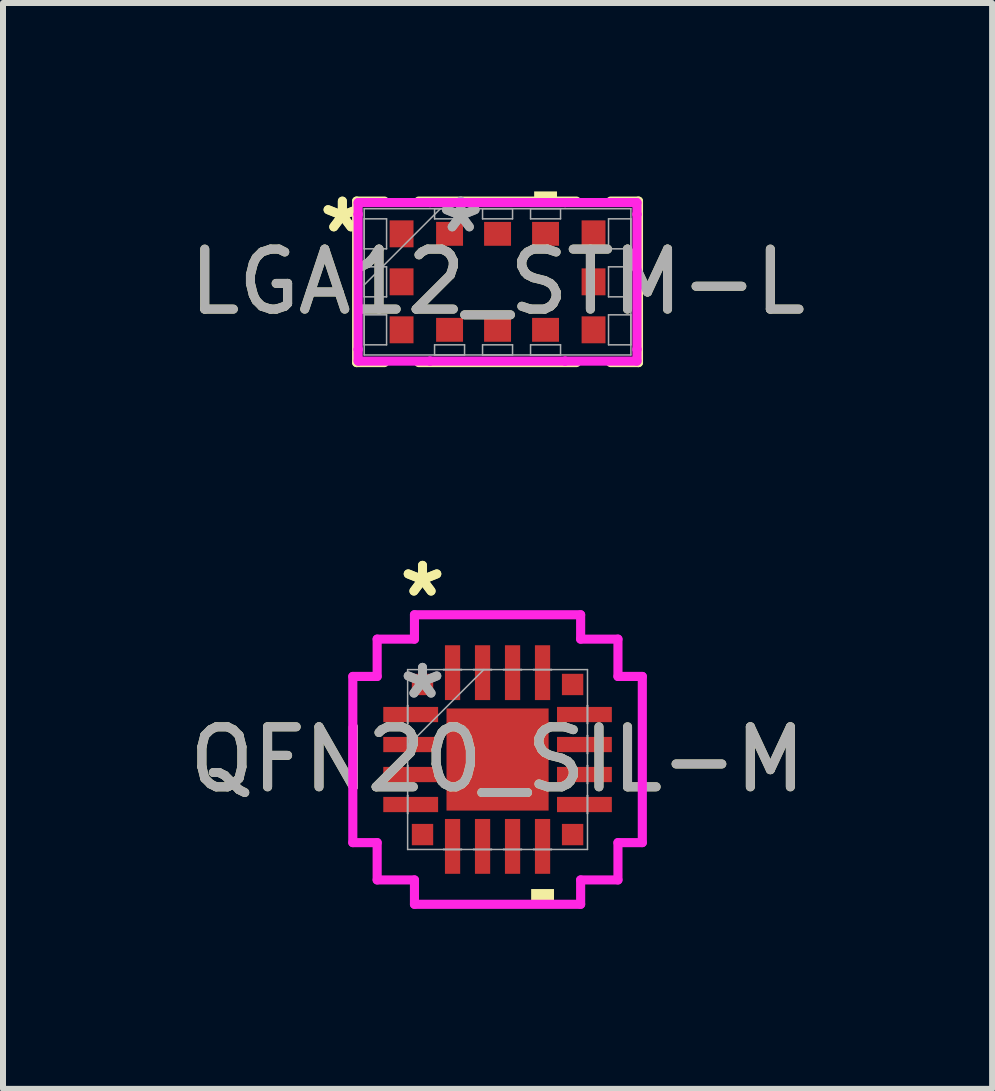
<source format=kicad_pcb>
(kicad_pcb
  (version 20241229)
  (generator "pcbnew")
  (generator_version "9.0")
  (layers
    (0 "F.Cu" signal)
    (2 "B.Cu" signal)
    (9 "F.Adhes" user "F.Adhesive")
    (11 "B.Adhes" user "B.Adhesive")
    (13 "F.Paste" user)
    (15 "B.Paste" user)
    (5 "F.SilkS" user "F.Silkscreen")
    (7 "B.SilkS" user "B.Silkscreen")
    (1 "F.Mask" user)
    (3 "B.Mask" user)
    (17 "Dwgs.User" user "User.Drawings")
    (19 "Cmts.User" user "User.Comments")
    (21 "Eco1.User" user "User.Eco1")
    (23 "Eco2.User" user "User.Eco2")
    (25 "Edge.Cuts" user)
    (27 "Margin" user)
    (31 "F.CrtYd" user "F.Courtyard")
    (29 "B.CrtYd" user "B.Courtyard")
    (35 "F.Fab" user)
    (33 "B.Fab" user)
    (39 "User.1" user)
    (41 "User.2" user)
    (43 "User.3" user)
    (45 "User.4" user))
  (footprint "QFN20_SIL-M"
    (layer "F.Cu")
    (at 5.244 9.611)
    (property "Reference" "QFN20_SIL-M" (at 0 0 0) (unlocked yes) (layer "F.SilkS") (effects (font (size 1 1) (thickness 0.15))))
    (attr smd)
    (fp_poly (pts (xy 0.56 2.159) (xy 0.56 2.413) (xy 0.941 2.413) (xy 0.941 2.159)) (stroke (width 0) (type solid)) (fill yes) (layer "F.SilkS"))
    (fp_line (start -2.413 -1.385) (end -2.007 -1.385) (stroke (width 0.152) (type solid)) (layer "F.CrtYd"))
    (fp_line (start -2.413 1.385) (end -2.413 -1.385) (stroke (width 0.152) (type solid)) (layer "F.CrtYd"))
    (fp_line (start -2.413 1.385) (end -2.007 1.385) (stroke (width 0.152) (type solid)) (layer "F.CrtYd"))
    (fp_line (start -2.007 -2.007) (end -1.385 -2.007) (stroke (width 0.152) (type solid)) (layer "F.CrtYd"))
    (fp_line (start -2.007 -1.385) (end -2.007 -2.007) (stroke (width 0.152) (type solid)) (layer "F.CrtYd"))
    (fp_line (start -2.007 2.007) (end -2.007 1.385) (stroke (width 0.152) (type solid)) (layer "F.CrtYd"))
    (fp_line (start -1.385 -2.413) (end 1.385 -2.413) (stroke (width 0.152) (type solid)) (layer "F.CrtYd"))
    (fp_line (start -1.385 -2.007) (end -1.385 -2.413) (stroke (width 0.152) (type solid)) (layer "F.CrtYd"))
    (fp_line (start -1.385 2.007) (end -2.007 2.007) (stroke (width 0.152) (type solid)) (layer "F.CrtYd"))
    (fp_line (start -1.385 2.413) (end -1.385 2.007) (stroke (width 0.152) (type solid)) (layer "F.CrtYd"))
    (fp_line (start 1.385 -2.413) (end 1.385 -2.007) (stroke (width 0.152) (type solid)) (layer "F.CrtYd"))
    (fp_line (start 1.385 -2.007) (end 2.007 -2.007) (stroke (width 0.152) (type solid)) (layer "F.CrtYd"))
    (fp_line (start 1.385 2.007) (end 1.385 2.413) (stroke (width 0.152) (type solid)) (layer "F.CrtYd"))
    (fp_line (start 1.385 2.413) (end -1.385 2.413) (stroke (width 0.152) (type solid)) (layer "F.CrtYd"))
    (fp_line (start 2.007 -2.007) (end 2.007 -1.385) (stroke (width 0.152) (type solid)) (layer "F.CrtYd"))
    (fp_line (start 2.007 -1.385) (end 2.413 -1.385) (stroke (width 0.152) (type solid)) (layer "F.CrtYd"))
    (fp_line (start 2.007 1.385) (end 2.007 2.007) (stroke (width 0.152) (type solid)) (layer "F.CrtYd"))
    (fp_line (start 2.007 2.007) (end 1.385 2.007) (stroke (width 0.152) (type solid)) (layer "F.CrtYd"))
    (fp_line (start 2.413 -1.385) (end 2.413 1.385) (stroke (width 0.152) (type solid)) (layer "F.CrtYd"))
    (fp_line (start 2.413 1.385) (end 2.007 1.385) (stroke (width 0.152) (type solid)) (layer "F.CrtYd"))
    (fp_line (start -1.499 -1.499) (end -1.499 1.499) (stroke (width 0.025) (type solid)) (layer "F.Fab"))
    (fp_line (start -1.499 -0.902) (end -1.499 -0.902) (stroke (width 0.025) (type solid)) (layer "F.Fab"))
    (fp_line (start -1.499 -0.902) (end -1.499 -0.598) (stroke (width 0.025) (type solid)) (layer "F.Fab"))
    (fp_line (start -1.499 -0.598) (end -1.499 -0.902) (stroke (width 0.025) (type solid)) (layer "F.Fab"))
    (fp_line (start -1.499 -0.598) (end -1.499 -0.598) (stroke (width 0.025) (type solid)) (layer "F.Fab"))
    (fp_line (start -1.499 -0.402) (end -1.499 -0.402) (stroke (width 0.025) (type solid)) (layer "F.Fab"))
    (fp_line (start -1.499 -0.402) (end -1.499 -0.098) (stroke (width 0.025) (type solid)) (layer "F.Fab"))
    (fp_line (start -1.499 -0.229) (end -0.229 -1.499) (stroke (width 0.025) (type solid)) (layer "F.Fab"))
    (fp_line (start -1.499 -0.098) (end -1.499 -0.402) (stroke (width 0.025) (type solid)) (layer "F.Fab"))
    (fp_line (start -1.499 -0.098) (end -1.499 -0.098) (stroke (width 0.025) (type solid)) (layer "F.Fab"))
    (fp_line (start -1.499 0.098) (end -1.499 0.098) (stroke (width 0.025) (type solid)) (layer "F.Fab"))
    (fp_line (start -1.499 0.098) (end -1.499 0.402) (stroke (width 0.025) (type solid)) (layer "F.Fab"))
    (fp_line (start -1.499 0.402) (end -1.499 0.098) (stroke (width 0.025) (type solid)) (layer "F.Fab"))
    (fp_line (start -1.499 0.402) (end -1.499 0.402) (stroke (width 0.025) (type solid)) (layer "F.Fab"))
    (fp_line (start -1.499 0.598) (end -1.499 0.598) (stroke (width 0.025) (type solid)) (layer "F.Fab"))
    (fp_line (start -1.499 0.598) (end -1.499 0.902) (stroke (width 0.025) (type solid)) (layer "F.Fab"))
    (fp_line (start -1.499 0.902) (end -1.499 0.598) (stroke (width 0.025) (type solid)) (layer "F.Fab"))
    (fp_line (start -1.499 0.902) (end -1.499 0.902) (stroke (width 0.025) (type solid)) (layer "F.Fab"))
    (fp_line (start -1.499 1.499) (end 1.499 1.499) (stroke (width 0.025) (type solid)) (layer "F.Fab"))
    (fp_line (start -0.902 -1.499) (end -0.902 -1.499) (stroke (width 0.025) (type solid)) (layer "F.Fab"))
    (fp_line (start -0.902 -1.499) (end -0.598 -1.499) (stroke (width 0.025) (type solid)) (layer "F.Fab"))
    (fp_line (start -0.902 1.499) (end -0.902 1.499) (stroke (width 0.025) (type solid)) (layer "F.Fab"))
    (fp_line (start -0.902 1.499) (end -0.598 1.499) (stroke (width 0.025) (type solid)) (layer "F.Fab"))
    (fp_line (start -0.598 -1.499) (end -0.902 -1.499) (stroke (width 0.025) (type solid)) (layer "F.Fab"))
    (fp_line (start -0.598 -1.499) (end -0.598 -1.499) (stroke (width 0.025) (type solid)) (layer "F.Fab"))
    (fp_line (start -0.598 1.499) (end -0.902 1.499) (stroke (width 0.025) (type solid)) (layer "F.Fab"))
    (fp_line (start -0.598 1.499) (end -0.598 1.499) (stroke (width 0.025) (type solid)) (layer "F.Fab"))
    (fp_line (start -0.402 -1.499) (end -0.402 -1.499) (stroke (width 0.025) (type solid)) (layer "F.Fab"))
    (fp_line (start -0.402 -1.499) (end -0.098 -1.499) (stroke (width 0.025) (type solid)) (layer "F.Fab"))
    (fp_line (start -0.402 1.499) (end -0.402 1.499) (stroke (width 0.025) (type solid)) (layer "F.Fab"))
    (fp_line (start -0.402 1.499) (end -0.098 1.499) (stroke (width 0.025) (type solid)) (layer "F.Fab"))
    (fp_line (start -0.098 -1.499) (end -0.402 -1.499) (stroke (width 0.025) (type solid)) (layer "F.Fab"))
    (fp_line (start -0.098 -1.499) (end -0.098 -1.499) (stroke (width 0.025) (type solid)) (layer "F.Fab"))
    (fp_line (start -0.098 1.499) (end -0.402 1.499) (stroke (width 0.025) (type solid)) (layer "F.Fab"))
    (fp_line (start -0.098 1.499) (end -0.098 1.499) (stroke (width 0.025) (type solid)) (layer "F.Fab"))
    (fp_line (start 0.098 -1.499) (end 0.098 -1.499) (stroke (width 0.025) (type solid)) (layer "F.Fab"))
    (fp_line (start 0.098 -1.499) (end 0.402 -1.499) (stroke (width 0.025) (type solid)) (layer "F.Fab"))
    (fp_line (start 0.098 1.499) (end 0.098 1.499) (stroke (width 0.025) (type solid)) (layer "F.Fab"))
    (fp_line (start 0.098 1.499) (end 0.402 1.499) (stroke (width 0.025) (type solid)) (layer "F.Fab"))
    (fp_line (start 0.402 -1.499) (end 0.098 -1.499) (stroke (width 0.025) (type solid)) (layer "F.Fab"))
    (fp_line (start 0.402 -1.499) (end 0.402 -1.499) (stroke (width 0.025) (type solid)) (layer "F.Fab"))
    (fp_line (start 0.402 1.499) (end 0.098 1.499) (stroke (width 0.025) (type solid)) (layer "F.Fab"))
    (fp_line (start 0.402 1.499) (end 0.402 1.499) (stroke (width 0.025) (type solid)) (layer "F.Fab"))
    (fp_line (start 0.598 -1.499) (end 0.598 -1.499) (stroke (width 0.025) (type solid)) (layer "F.Fab"))
    (fp_line (start 0.598 -1.499) (end 0.902 -1.499) (stroke (width 0.025) (type solid)) (layer "F.Fab"))
    (fp_line (start 0.598 1.499) (end 0.598 1.499) (stroke (width 0.025) (type solid)) (layer "F.Fab"))
    (fp_line (start 0.598 1.499) (end 0.902 1.499) (stroke (width 0.025) (type solid)) (layer "F.Fab"))
    (fp_line (start 0.902 -1.499) (end 0.598 -1.499) (stroke (width 0.025) (type solid)) (layer "F.Fab"))
    (fp_line (start 0.902 -1.499) (end 0.902 -1.499) (stroke (width 0.025) (type solid)) (layer "F.Fab"))
    (fp_line (start 0.902 1.499) (end 0.598 1.499) (stroke (width 0.025) (type solid)) (layer "F.Fab"))
    (fp_line (start 0.902 1.499) (end 0.902 1.499) (stroke (width 0.025) (type solid)) (layer "F.Fab"))
    (fp_line (start 1.499 -1.499) (end -1.499 -1.499) (stroke (width 0.025) (type solid)) (layer "F.Fab"))
    (fp_line (start 1.499 -0.902) (end 1.499 -0.902) (stroke (width 0.025) (type solid)) (layer "F.Fab"))
    (fp_line (start 1.499 -0.902) (end 1.499 -0.598) (stroke (width 0.025) (type solid)) (layer "F.Fab"))
    (fp_line (start 1.499 -0.598) (end 1.499 -0.902) (stroke (width 0.025) (type solid)) (layer "F.Fab"))
    (fp_line (start 1.499 -0.598) (end 1.499 -0.598) (stroke (width 0.025) (type solid)) (layer "F.Fab"))
    (fp_line (start 1.499 -0.402) (end 1.499 -0.402) (stroke (width 0.025) (type solid)) (layer "F.Fab"))
    (fp_line (start 1.499 -0.402) (end 1.499 -0.098) (stroke (width 0.025) (type solid)) (layer "F.Fab"))
    (fp_line (start 1.499 -0.098) (end 1.499 -0.402) (stroke (width 0.025) (type solid)) (layer "F.Fab"))
    (fp_line (start 1.499 -0.098) (end 1.499 -0.098) (stroke (width 0.025) (type solid)) (layer "F.Fab"))
    (fp_line (start 1.499 0.098) (end 1.499 0.098) (stroke (width 0.025) (type solid)) (layer "F.Fab"))
    (fp_line (start 1.499 0.098) (end 1.499 0.402) (stroke (width 0.025) (type solid)) (layer "F.Fab"))
    (fp_line (start 1.499 0.402) (end 1.499 0.098) (stroke (width 0.025) (type solid)) (layer "F.Fab"))
    (fp_line (start 1.499 0.402) (end 1.499 0.402) (stroke (width 0.025) (type solid)) (layer "F.Fab"))
    (fp_line (start 1.499 0.598) (end 1.499 0.598) (stroke (width 0.025) (type solid)) (layer "F.Fab"))
    (fp_line (start 1.499 0.598) (end 1.499 0.902) (stroke (width 0.025) (type solid)) (layer "F.Fab"))
    (fp_line (start 1.499 0.902) (end 1.499 0.598) (stroke (width 0.025) (type solid)) (layer "F.Fab"))
    (fp_line (start 1.499 0.902) (end 1.499 0.902) (stroke (width 0.025) (type solid)) (layer "F.Fab"))
    (fp_line (start 1.499 1.499) (end 1.499 -1.499) (stroke (width 0.025) (type solid)) (layer "F.Fab"))
    (fp_text user "*" (at -1.251 -2.692 0) (unlocked yes) (layer "F.SilkS") (effects (font (size 1 1) (thickness 0.15))))
    (fp_text user "*" (at -1.251 -2.692 0) (layer "F.SilkS") (effects (font (size 1 1) (thickness 0.15))))
    (fp_text user "*" (at -1.251 -0.991 0) (layer "F.Fab") (effects (font (size 1 1) (thickness 0.15))))
    (fp_text user "${REFERENCE}" (at 0 0 0) (unlocked yes) (layer "F.Fab") (effects (font (size 1 1) (thickness 0.15))))
    (fp_text user "*" (at -1.251 -0.991 0) (unlocked yes) (layer "F.Fab") (effects (font (size 1 1) (thickness 0.15))))
    (pad "1" smd rect (at -1.251 -1.251) (size 0.356 0.356) (layers "F.Cu" "F.Mask" "F.Paste"))
    (pad "2" smd rect (at -1.448 -0.75 90) (size 0.254 0.914) (layers "F.Cu" "F.Mask" "F.Paste"))
    (pad "3" smd rect (at -1.448 -0.25 90) (size 0.254 0.914) (layers "F.Cu" "F.Mask" "F.Paste"))
    (pad "4" smd rect (at -1.448 0.25 90) (size 0.254 0.914) (layers "F.Cu" "F.Mask" "F.Paste"))
    (pad "5" smd rect (at -1.448 0.75 90) (size 0.254 0.914) (layers "F.Cu" "F.Mask" "F.Paste"))
    (pad "6" smd rect (at -1.251 1.251) (size 0.356 0.356) (layers "F.Cu" "F.Mask" "F.Paste"))
    (pad "7" smd rect (at -0.75 1.448) (size 0.254 0.914) (layers "F.Cu" "F.Mask" "F.Paste"))
    (pad "8" smd rect (at -0.25 1.448) (size 0.254 0.914) (layers "F.Cu" "F.Mask" "F.Paste"))
    (pad "9" smd rect (at 0.25 1.448) (size 0.254 0.914) (layers "F.Cu" "F.Mask" "F.Paste"))
    (pad "10" smd rect (at 0.75 1.448) (size 0.254 0.914) (layers "F.Cu" "F.Mask" "F.Paste"))
    (pad "11" smd rect (at 1.251 1.251) (size 0.356 0.356) (layers "F.Cu" "F.Mask" "F.Paste"))
    (pad "12" smd rect (at 1.448 0.75 90) (size 0.254 0.914) (layers "F.Cu" "F.Mask" "F.Paste"))
    (pad "13" smd rect (at 1.448 0.25 90) (size 0.254 0.914) (layers "F.Cu" "F.Mask" "F.Paste"))
    (pad "14" smd rect (at 1.448 -0.25 90) (size 0.254 0.914) (layers "F.Cu" "F.Mask" "F.Paste"))
    (pad "15" smd rect (at 1.448 -0.75 90) (size 0.254 0.914) (layers "F.Cu" "F.Mask" "F.Paste"))
    (pad "16" smd rect (at 1.251 -1.251) (size 0.356 0.356) (layers "F.Cu" "F.Mask" "F.Paste"))
    (pad "17" smd rect (at 0.75 -1.448) (size 0.254 0.914) (layers "F.Cu" "F.Mask" "F.Paste"))
    (pad "18" smd rect (at 0.25 -1.448) (size 0.254 0.914) (layers "F.Cu" "F.Mask" "F.Paste"))
    (pad "19" smd rect (at -0.25 -1.448) (size 0.254 0.914) (layers "F.Cu" "F.Mask" "F.Paste"))
    (pad "20" smd rect (at -0.75 -1.448) (size 0.254 0.914) (layers "F.Cu" "F.Mask" "F.Paste"))
    (pad "21" smd rect (at 0 0) (size 1.702 1.702) (layers "F.Cu" "F.Mask" "F.Paste")))
  (footprint "LGA12_STM-L"
    (layer "F.Cu")
    (at 5.244 1.648)
    (property "Reference" "LGA12_STM-L" (at 0 0 0) (unlocked yes) (layer "F.SilkS") (effects (font (size 1 1) (thickness 0.15))))
    (attr smd)
    (fp_line (start -2.349 -1.346) (end -2.349 1.346) (stroke (width 0.152) (type solid)) (layer "F.SilkS"))
    (fp_line (start -2.349 1.346) (end -1.885 1.346) (stroke (width 0.152) (type solid)) (layer "F.SilkS"))
    (fp_line (start -1.885 -1.346) (end -2.349 -1.346) (stroke (width 0.152) (type solid)) (layer "F.SilkS"))
    (fp_line (start -1.315 1.346) (end 1.315 1.346) (stroke (width 0.152) (type solid)) (layer "F.SilkS"))
    (fp_line (start 1.315 -1.346) (end -1.315 -1.346) (stroke (width 0.152) (type solid)) (layer "F.SilkS"))
    (fp_line (start 1.885 1.346) (end 2.349 1.346) (stroke (width 0.152) (type solid)) (layer "F.SilkS"))
    (fp_line (start 2.349 -1.346) (end 1.885 -1.346) (stroke (width 0.152) (type solid)) (layer "F.SilkS"))
    (fp_line (start 2.349 1.346) (end 2.349 -1.346) (stroke (width 0.152) (type solid)) (layer "F.SilkS"))
    (fp_poly (pts (xy 0.61 -1.253) (xy 0.61 -1.507) (xy 0.991 -1.507) (xy 0.991 -1.253)) (stroke (width 0) (type solid)) (fill yes) (layer "F.SilkS"))
    (fp_line (start -2.324 -1.321) (end -1.126 -1.321) (stroke (width 0.152) (type solid)) (layer "F.CrtYd"))
    (fp_line (start -2.324 -1.126) (end -2.324 -1.321) (stroke (width 0.152) (type solid)) (layer "F.CrtYd"))
    (fp_line (start -2.324 -1.126) (end -2.324 -1.126) (stroke (width 0.152) (type solid)) (layer "F.CrtYd"))
    (fp_line (start -2.324 1.126) (end -2.324 -1.126) (stroke (width 0.152) (type solid)) (layer "F.CrtYd"))
    (fp_line (start -2.324 1.126) (end -2.324 1.126) (stroke (width 0.152) (type solid)) (layer "F.CrtYd"))
    (fp_line (start -2.324 1.321) (end -2.324 1.126) (stroke (width 0.152) (type solid)) (layer "F.CrtYd"))
    (fp_line (start -1.126 -1.321) (end -1.126 -1.321) (stroke (width 0.152) (type solid)) (layer "F.CrtYd"))
    (fp_line (start -1.126 -1.321) (end 1.126 -1.321) (stroke (width 0.152) (type solid)) (layer "F.CrtYd"))
    (fp_line (start -1.126 1.321) (end -2.324 1.321) (stroke (width 0.152) (type solid)) (layer "F.CrtYd"))
    (fp_line (start -1.126 1.321) (end -1.126 1.321) (stroke (width 0.152) (type solid)) (layer "F.CrtYd"))
    (fp_line (start 1.126 -1.321) (end 1.126 -1.321) (stroke (width 0.152) (type solid)) (layer "F.CrtYd"))
    (fp_line (start 1.126 -1.321) (end 2.324 -1.321) (stroke (width 0.152) (type solid)) (layer "F.CrtYd"))
    (fp_line (start 1.126 1.321) (end -1.126 1.321) (stroke (width 0.152) (type solid)) (layer "F.CrtYd"))
    (fp_line (start 1.126 1.321) (end 1.126 1.321) (stroke (width 0.152) (type solid)) (layer "F.CrtYd"))
    (fp_line (start 2.324 -1.321) (end 2.324 -1.126) (stroke (width 0.152) (type solid)) (layer "F.CrtYd"))
    (fp_line (start 2.324 -1.126) (end 2.324 -1.126) (stroke (width 0.152) (type solid)) (layer "F.CrtYd"))
    (fp_line (start 2.324 -1.126) (end 2.324 1.126) (stroke (width 0.152) (type solid)) (layer "F.CrtYd"))
    (fp_line (start 2.324 1.126) (end 2.324 1.126) (stroke (width 0.152) (type solid)) (layer "F.CrtYd"))
    (fp_line (start 2.324 1.126) (end 2.324 1.321) (stroke (width 0.152) (type solid)) (layer "F.CrtYd"))
    (fp_line (start 2.324 1.321) (end 1.126 1.321) (stroke (width 0.152) (type solid)) (layer "F.CrtYd"))
    (fp_line (start -2.223 -1.219) (end -2.223 1.219) (stroke (width 0.025) (type solid)) (layer "F.Fab"))
    (fp_line (start -2.223 -1.05) (end -1.85 -1.05) (stroke (width 0.025) (type solid)) (layer "F.Fab"))
    (fp_line (start -2.223 -0.55) (end -2.223 -1.05) (stroke (width 0.025) (type solid)) (layer "F.Fab"))
    (fp_line (start -2.223 -0.25) (end -1.85 -0.25) (stroke (width 0.025) (type solid)) (layer "F.Fab"))
    (fp_line (start -2.223 0.051) (end -0.953 -1.219) (stroke (width 0.025) (type solid)) (layer "F.Fab"))
    (fp_line (start -2.223 0.25) (end -2.223 -0.25) (stroke (width 0.025) (type solid)) (layer "F.Fab"))
    (fp_line (start -2.223 0.55) (end -1.85 0.55) (stroke (width 0.025) (type solid)) (layer "F.Fab"))
    (fp_line (start -2.223 1.05) (end -2.223 0.55) (stroke (width 0.025) (type solid)) (layer "F.Fab"))
    (fp_line (start -2.223 1.219) (end 2.223 1.219) (stroke (width 0.025) (type solid)) (layer "F.Fab"))
    (fp_line (start -1.85 -1.05) (end -1.85 -0.55) (stroke (width 0.025) (type solid)) (layer "F.Fab"))
    (fp_line (start -1.85 -0.55) (end -2.223 -0.55) (stroke (width 0.025) (type solid)) (layer "F.Fab"))
    (fp_line (start -1.85 -0.25) (end -1.85 0.25) (stroke (width 0.025) (type solid)) (layer "F.Fab"))
    (fp_line (start -1.85 0.25) (end -2.223 0.25) (stroke (width 0.025) (type solid)) (layer "F.Fab"))
    (fp_line (start -1.85 0.55) (end -1.85 1.05) (stroke (width 0.025) (type solid)) (layer "F.Fab"))
    (fp_line (start -1.85 1.05) (end -2.223 1.05) (stroke (width 0.025) (type solid)) (layer "F.Fab"))
    (fp_line (start -1.05 -1.219) (end -0.55 -1.219) (stroke (width 0.025) (type solid)) (layer "F.Fab"))
    (fp_line (start -1.05 -1.05) (end -1.05 -1.219) (stroke (width 0.025) (type solid)) (layer "F.Fab"))
    (fp_line (start -1.05 1.05) (end -0.55 1.05) (stroke (width 0.025) (type solid)) (layer "F.Fab"))
    (fp_line (start -1.05 1.219) (end -1.05 1.05) (stroke (width 0.025) (type solid)) (layer "F.Fab"))
    (fp_line (start -0.55 -1.219) (end -0.55 -1.05) (stroke (width 0.025) (type solid)) (layer "F.Fab"))
    (fp_line (start -0.55 -1.05) (end -1.05 -1.05) (stroke (width 0.025) (type solid)) (layer "F.Fab"))
    (fp_line (start -0.55 1.05) (end -0.55 1.219) (stroke (width 0.025) (type solid)) (layer "F.Fab"))
    (fp_line (start -0.55 1.219) (end -1.05 1.219) (stroke (width 0.025) (type solid)) (layer "F.Fab"))
    (fp_line (start -0.25 -1.219) (end 0.25 -1.219) (stroke (width 0.025) (type solid)) (layer "F.Fab"))
    (fp_line (start -0.25 -1.05) (end -0.25 -1.219) (stroke (width 0.025) (type solid)) (layer "F.Fab"))
    (fp_line (start -0.25 1.05) (end 0.25 1.05) (stroke (width 0.025) (type solid)) (layer "F.Fab"))
    (fp_line (start -0.25 1.219) (end -0.25 1.05) (stroke (width 0.025) (type solid)) (layer "F.Fab"))
    (fp_line (start 0.25 -1.219) (end 0.25 -1.05) (stroke (width 0.025) (type solid)) (layer "F.Fab"))
    (fp_line (start 0.25 -1.05) (end -0.25 -1.05) (stroke (width 0.025) (type solid)) (layer "F.Fab"))
    (fp_line (start 0.25 1.05) (end 0.25 1.219) (stroke (width 0.025) (type solid)) (layer "F.Fab"))
    (fp_line (start 0.25 1.219) (end -0.25 1.219) (stroke (width 0.025) (type solid)) (layer "F.Fab"))
    (fp_line (start 0.55 -1.219) (end 1.05 -1.219) (stroke (width 0.025) (type solid)) (layer "F.Fab"))
    (fp_line (start 0.55 -1.05) (end 0.55 -1.219) (stroke (width 0.025) (type solid)) (layer "F.Fab"))
    (fp_line (start 0.55 1.05) (end 1.05 1.05) (stroke (width 0.025) (type solid)) (layer "F.Fab"))
    (fp_line (start 0.55 1.219) (end 0.55 1.05) (stroke (width 0.025) (type solid)) (layer "F.Fab"))
    (fp_line (start 1.05 -1.219) (end 1.05 -1.05) (stroke (width 0.025) (type solid)) (layer "F.Fab"))
    (fp_line (start 1.05 -1.05) (end 0.55 -1.05) (stroke (width 0.025) (type solid)) (layer "F.Fab"))
    (fp_line (start 1.05 1.05) (end 1.05 1.219) (stroke (width 0.025) (type solid)) (layer "F.Fab"))
    (fp_line (start 1.05 1.219) (end 0.55 1.219) (stroke (width 0.025) (type solid)) (layer "F.Fab"))
    (fp_line (start 1.85 -1.05) (end 2.223 -1.05) (stroke (width 0.025) (type solid)) (layer "F.Fab"))
    (fp_line (start 1.85 -0.55) (end 1.85 -1.05) (stroke (width 0.025) (type solid)) (layer "F.Fab"))
    (fp_line (start 1.85 -0.25) (end 2.223 -0.25) (stroke (width 0.025) (type solid)) (layer "F.Fab"))
    (fp_line (start 1.85 0.25) (end 1.85 -0.25) (stroke (width 0.025) (type solid)) (layer "F.Fab"))
    (fp_line (start 1.85 0.55) (end 2.223 0.55) (stroke (width 0.025) (type solid)) (layer "F.Fab"))
    (fp_line (start 1.85 1.05) (end 1.85 0.55) (stroke (width 0.025) (type solid)) (layer "F.Fab"))
    (fp_line (start 2.223 -1.219) (end -2.223 -1.219) (stroke (width 0.025) (type solid)) (layer "F.Fab"))
    (fp_line (start 2.223 -1.05) (end 2.223 -0.55) (stroke (width 0.025) (type solid)) (layer "F.Fab"))
    (fp_line (start 2.223 -0.55) (end 1.85 -0.55) (stroke (width 0.025) (type solid)) (layer "F.Fab"))
    (fp_line (start 2.223 -0.25) (end 2.223 0.25) (stroke (width 0.025) (type solid)) (layer "F.Fab"))
    (fp_line (start 2.223 0.25) (end 1.85 0.25) (stroke (width 0.025) (type solid)) (layer "F.Fab"))
    (fp_line (start 2.223 0.55) (end 2.223 1.05) (stroke (width 0.025) (type solid)) (layer "F.Fab"))
    (fp_line (start 2.223 1.05) (end 1.85 1.05) (stroke (width 0.025) (type solid)) (layer "F.Fab"))
    (fp_line (start 2.223 1.219) (end 2.223 -1.219) (stroke (width 0.025) (type solid)) (layer "F.Fab"))
    (fp_text user "*" (at -2.587 -0.8 0) (layer "F.SilkS") (effects (font (size 1 1) (thickness 0.15))))
    (fp_text user "*" (at -2.587 -0.8 0) (unlocked yes) (layer "F.SilkS") (effects (font (size 1 1) (thickness 0.15))))
    (fp_text user "${REFERENCE}" (at 0 0 0) (unlocked yes) (layer "F.Fab") (effects (font (size 1 1) (thickness 0.15))))
    (fp_text user "*" (at -0.613 -0.8 0) (unlocked yes) (layer "F.Fab") (effects (font (size 1 1) (thickness 0.15))))
    (fp_text user "*" (at -0.613 -0.8 0) (layer "F.Fab") (effects (font (size 1 1) (thickness 0.15))))
    (pad "1" smd rect (at -1.6 -0.8 90) (size 0.449 0.398) (layers "F.Cu" "F.Mask" "F.Paste"))
    (pad "2" smd rect (at -0.8 -0.8) (size 0.449 0.398) (layers "F.Cu" "F.Mask" "F.Paste"))
    (pad "3" smd rect (at 0 -0.8) (size 0.449 0.398) (layers "F.Cu" "F.Mask" "F.Paste"))
    (pad "4" smd rect (at 0.8 -0.8) (size 0.449 0.398) (layers "F.Cu" "F.Mask" "F.Paste"))
    (pad "5" smd rect (at 1.6 -0.8 90) (size 0.449 0.398) (layers "F.Cu" "F.Mask" "F.Paste"))
    (pad "6" smd rect (at 1.6 0 90) (size 0.449 0.398) (layers "F.Cu" "F.Mask" "F.Paste"))
    (pad "7" smd rect (at 1.6 0.8 90) (size 0.449 0.398) (layers "F.Cu" "F.Mask" "F.Paste"))
    (pad "8" smd rect (at 0.8 0.8) (size 0.449 0.398) (layers "F.Cu" "F.Mask" "F.Paste"))
    (pad "9" smd rect (at 0 0.8) (size 0.449 0.398) (layers "F.Cu" "F.Mask" "F.Paste"))
    (pad "10" smd rect (at -0.8 0.8) (size 0.449 0.398) (layers "F.Cu" "F.Mask" "F.Paste"))
    (pad "11" smd rect (at -1.6 0.8 90) (size 0.449 0.398) (layers "F.Cu" "F.Mask" "F.Paste"))
    (pad "12" smd rect (at -1.6 0 90) (size 0.449 0.398) (layers "F.Cu" "F.Mask" "F.Paste")))
  (gr_rect
    (start -3 -3)
    (end 13.488 15.101)
    (stroke (width 0.1) (type default))
    (fill no)
    (layer "Edge.Cuts")))
</source>
